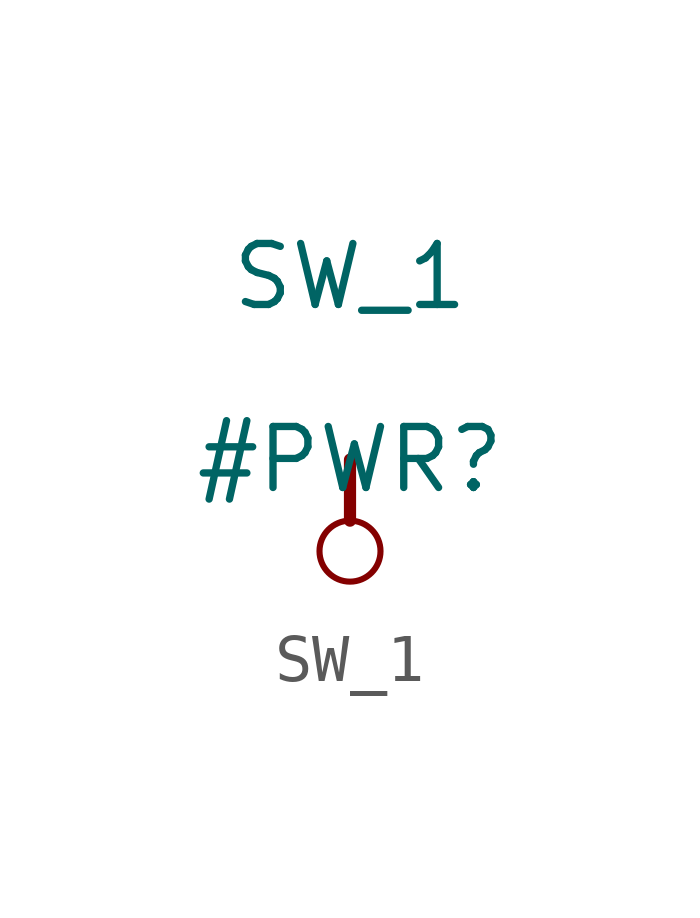
<source format=kicad_sym>
(kicad_symbol_lib
  (version 20211014)
  (generator kicad_symbol_editor)
  (symbol "SW_1"
    (power)
    (property "Reference" "#PWR"
      (at 0 0 0)
      (effects (font (size 1.27 1.27))))
    (property "Value" "SW_1"
      (at 0 3.81 0)
      (effects (font (size 1.27 1.27))))
    (symbol "SW_1_0_0"
      (circle (center 0 -1.905) (radius 0.635) (stroke (width 0.127) (type default) (color 0 0 0 0)) (fill (type none)))
      (polyline (pts (xy 0 0) (xy 0 -1.27)) (stroke (width 0.254) (type default) (color 0 0 0 0)) (fill (type none)))
      (pin power_in line (at 0 0 0) (length 0) hide (name "SW_1" (effects (font (size 1.27 1.27)))) (number "" (effects (font (size 1.27 1.27))))))))
</source>
